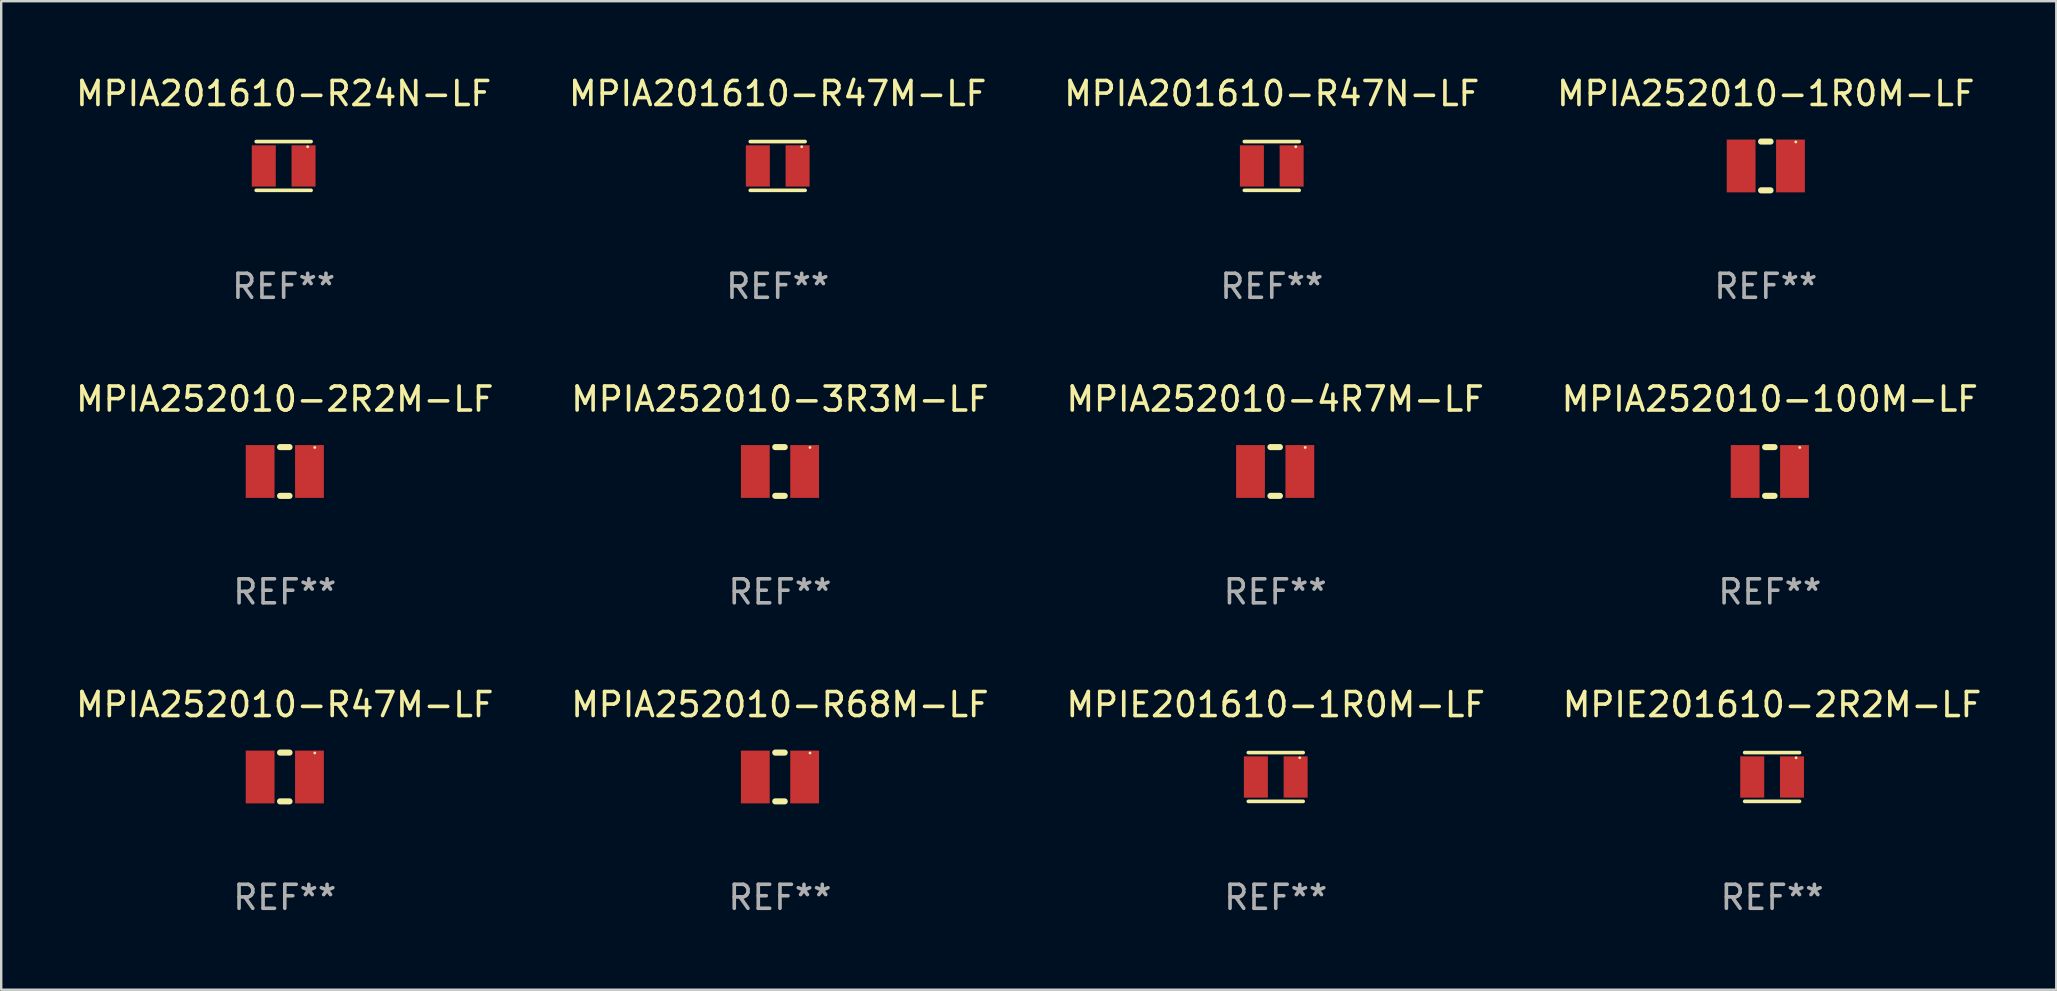
<source format=kicad_pcb>
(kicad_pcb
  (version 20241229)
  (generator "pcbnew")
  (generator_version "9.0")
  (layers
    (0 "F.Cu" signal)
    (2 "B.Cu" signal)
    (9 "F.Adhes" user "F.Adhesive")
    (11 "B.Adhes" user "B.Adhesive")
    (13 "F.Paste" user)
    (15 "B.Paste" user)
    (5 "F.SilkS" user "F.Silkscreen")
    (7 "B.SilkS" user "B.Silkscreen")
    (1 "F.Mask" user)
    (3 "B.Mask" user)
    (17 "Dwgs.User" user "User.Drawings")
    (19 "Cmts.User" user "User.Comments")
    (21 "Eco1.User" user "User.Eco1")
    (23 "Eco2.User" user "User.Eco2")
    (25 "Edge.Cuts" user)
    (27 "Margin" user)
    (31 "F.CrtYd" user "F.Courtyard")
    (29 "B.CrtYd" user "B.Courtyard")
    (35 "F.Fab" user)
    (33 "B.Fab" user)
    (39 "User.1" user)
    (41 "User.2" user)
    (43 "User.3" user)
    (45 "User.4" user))
  (footprint "MPIA252010-100M-LF"
    (layer "F.Cu")
    (at 70.685 16.593)
    (property "Reference" "MPIA252010-100M-LF" (at 0 -3.016 0) (layer "F.SilkS") (effects (font (size 1 1) (thickness 0.15))))
    (attr through_hole)
    (fp_line (start -0.197 1.016) (end 0.197 1.016) (stroke (width 0.254) (type solid)) (layer "F.SilkS"))
    (fp_line (start 0.197 -1.016) (end -0.197 -1.016) (stroke (width 0.254) (type solid)) (layer "F.SilkS"))
    (fp_circle (center 1.25 -1) (end 1.28 -1) (stroke (width 0.06) (type solid)) (fill no) (layer "F.SilkS"))
    (fp_text user "REF**" (at 0 5.016 0) (layer "F.Fab") (effects (font (size 1 1) (thickness 0.15))))
    (pad "1" smd rect (at 1.028 0) (size 1.2 2.2) (layers "F.Cu" "F.Mask" "F.Paste"))
    (pad "2" smd rect (at -1.028 0) (size 1.2 2.2) (layers "F.Cu" "F.Mask" "F.Paste")))
  (footprint "MPIA252010-4R7M-LF"
    (layer "F.Cu")
    (at 50.077 16.593)
    (property "Reference" "MPIA252010-4R7M-LF" (at 0 -3.016 0) (layer "F.SilkS") (effects (font (size 1 1) (thickness 0.15))))
    (attr through_hole)
    (fp_line (start -0.197 1.016) (end 0.197 1.016) (stroke (width 0.254) (type solid)) (layer "F.SilkS"))
    (fp_line (start 0.197 -1.016) (end -0.197 -1.016) (stroke (width 0.254) (type solid)) (layer "F.SilkS"))
    (fp_circle (center 1.25 -1) (end 1.28 -1) (stroke (width 0.06) (type solid)) (fill no) (layer "F.SilkS"))
    (fp_text user "REF**" (at 0 5.016 0) (layer "F.Fab") (effects (font (size 1 1) (thickness 0.15))))
    (pad "1" smd rect (at 1.028 0) (size 1.2 2.2) (layers "F.Cu" "F.Mask" "F.Paste"))
    (pad "2" smd rect (at -1.028 0) (size 1.2 2.2) (layers "F.Cu" "F.Mask" "F.Paste")))
  (footprint "MPIA252010-1R0M-LF"
    (layer "F.Cu")
    (at 70.518 3.864)
    (property "Reference" "MPIA252010-1R0M-LF" (at 0 -3.016 0) (layer "F.SilkS") (effects (font (size 1 1) (thickness 0.15))))
    (attr through_hole)
    (fp_line (start -0.197 1.016) (end 0.197 1.016) (stroke (width 0.254) (type solid)) (layer "F.SilkS"))
    (fp_line (start 0.197 -1.016) (end -0.197 -1.016) (stroke (width 0.254) (type solid)) (layer "F.SilkS"))
    (fp_circle (center 1.25 -1) (end 1.28 -1) (stroke (width 0.06) (type solid)) (fill no) (layer "F.SilkS"))
    (fp_text user "REF**" (at 0 5.016 0) (layer "F.Fab") (effects (font (size 1 1) (thickness 0.15))))
    (pad "1" smd rect (at 1.028 0) (size 1.2 2.2) (layers "F.Cu" "F.Mask" "F.Paste"))
    (pad "2" smd rect (at -1.028 0) (size 1.2 2.2) (layers "F.Cu" "F.Mask" "F.Paste")))
  (footprint "MPIE201610-1R0M-LF"
    (layer "F.Cu")
    (at 50.101 29.321)
    (property "Reference" "MPIE201610-1R0M-LF" (at 0 -3.016 0) (layer "F.SilkS") (effects (font (size 1 1) (thickness 0.15))))
    (attr through_hole)
    (fp_line (start -1.143 -1.016) (end 1.143 -1.016) (stroke (width 0.152) (type solid)) (layer "F.SilkS"))
    (fp_line (start 1.143 1.016) (end -1.143 1.016) (stroke (width 0.152) (type solid)) (layer "F.SilkS"))
    (fp_circle (center 1 -0.8) (end 1.03 -0.8) (stroke (width 0.06) (type solid)) (fill no) (layer "F.SilkS"))
    (fp_text user "REF**" (at 0 5.016 0) (layer "F.Fab") (effects (font (size 1 1) (thickness 0.15))))
    (pad "1" smd rect (at 0.828 0) (size 1 1.72) (layers "F.Cu" "F.Mask" "F.Paste"))
    (pad "2" smd rect (at -0.828 0) (size 1 1.72) (layers "F.Cu" "F.Mask" "F.Paste")))
  (footprint "MPIA252010-2R2M-LF"
    (layer "F.Cu")
    (at 8.815 16.593)
    (property "Reference" "MPIA252010-2R2M-LF" (at 0 -3.016 0) (layer "F.SilkS") (effects (font (size 1 1) (thickness 0.15))))
    (attr through_hole)
    (fp_line (start -0.197 1.016) (end 0.197 1.016) (stroke (width 0.254) (type solid)) (layer "F.SilkS"))
    (fp_line (start 0.197 -1.016) (end -0.197 -1.016) (stroke (width 0.254) (type solid)) (layer "F.SilkS"))
    (fp_circle (center 1.25 -1) (end 1.28 -1) (stroke (width 0.06) (type solid)) (fill no) (layer "F.SilkS"))
    (fp_text user "REF**" (at 0 5.016 0) (layer "F.Fab") (effects (font (size 1 1) (thickness 0.15))))
    (pad "1" smd rect (at 1.028 0) (size 1.2 2.2) (layers "F.Cu" "F.Mask" "F.Paste"))
    (pad "2" smd rect (at -1.028 0) (size 1.2 2.2) (layers "F.Cu" "F.Mask" "F.Paste")))
  (footprint "MPIA252010-3R3M-LF"
    (layer "F.Cu")
    (at 29.446 16.593)
    (property "Reference" "MPIA252010-3R3M-LF" (at 0 -3.016 0) (layer "F.SilkS") (effects (font (size 1 1) (thickness 0.15))))
    (attr through_hole)
    (fp_line (start -0.197 1.016) (end 0.197 1.016) (stroke (width 0.254) (type solid)) (layer "F.SilkS"))
    (fp_line (start 0.197 -1.016) (end -0.197 -1.016) (stroke (width 0.254) (type solid)) (layer "F.SilkS"))
    (fp_circle (center 1.25 -1) (end 1.28 -1) (stroke (width 0.06) (type solid)) (fill no) (layer "F.SilkS"))
    (fp_text user "REF**" (at 0 5.016 0) (layer "F.Fab") (effects (font (size 1 1) (thickness 0.15))))
    (pad "1" smd rect (at 1.028 0) (size 1.2 2.2) (layers "F.Cu" "F.Mask" "F.Paste"))
    (pad "2" smd rect (at -1.028 0) (size 1.2 2.2) (layers "F.Cu" "F.Mask" "F.Paste")))
  (footprint "MPIA201610-R47M-LF"
    (layer "F.Cu")
    (at 29.351 3.864)
    (property "Reference" "MPIA201610-R47M-LF" (at 0 -3.016 0) (layer "F.SilkS") (effects (font (size 1 1) (thickness 0.15))))
    (attr through_hole)
    (fp_line (start -1.143 -1.016) (end 1.143 -1.016) (stroke (width 0.152) (type solid)) (layer "F.SilkS"))
    (fp_line (start 1.143 1.016) (end -1.143 1.016) (stroke (width 0.152) (type solid)) (layer "F.SilkS"))
    (fp_circle (center 1 -0.8) (end 1.03 -0.8) (stroke (width 0.06) (type solid)) (fill no) (layer "F.SilkS"))
    (fp_text user "REF**" (at 0 5.016 0) (layer "F.Fab") (effects (font (size 1 1) (thickness 0.15))))
    (pad "1" smd rect (at 0.828 0) (size 1 1.72) (layers "F.Cu" "F.Mask" "F.Paste"))
    (pad "2" smd rect (at -0.828 0) (size 1 1.72) (layers "F.Cu" "F.Mask" "F.Paste")))
  (footprint "MPIA252010-R47M-LF"
    (layer "F.Cu")
    (at 8.815 29.321)
    (property "Reference" "MPIA252010-R47M-LF" (at 0 -3.016 0) (layer "F.SilkS") (effects (font (size 1 1) (thickness 0.15))))
    (attr through_hole)
    (fp_line (start -0.197 1.016) (end 0.197 1.016) (stroke (width 0.254) (type solid)) (layer "F.SilkS"))
    (fp_line (start 0.197 -1.016) (end -0.197 -1.016) (stroke (width 0.254) (type solid)) (layer "F.SilkS"))
    (fp_circle (center 1.25 -1) (end 1.28 -1) (stroke (width 0.06) (type solid)) (fill no) (layer "F.SilkS"))
    (fp_text user "REF**" (at 0 5.016 0) (layer "F.Fab") (effects (font (size 1 1) (thickness 0.15))))
    (pad "1" smd rect (at 1.028 0) (size 1.2 2.2) (layers "F.Cu" "F.Mask" "F.Paste"))
    (pad "2" smd rect (at -1.028 0) (size 1.2 2.2) (layers "F.Cu" "F.Mask" "F.Paste")))
  (footprint "MPIA252010-R68M-LF"
    (layer "F.Cu")
    (at 29.446 29.321)
    (property "Reference" "MPIA252010-R68M-LF" (at 0 -3.016 0) (layer "F.SilkS") (effects (font (size 1 1) (thickness 0.15))))
    (attr through_hole)
    (fp_line (start -0.197 1.016) (end 0.197 1.016) (stroke (width 0.254) (type solid)) (layer "F.SilkS"))
    (fp_line (start 0.197 -1.016) (end -0.197 -1.016) (stroke (width 0.254) (type solid)) (layer "F.SilkS"))
    (fp_circle (center 1.25 -1) (end 1.28 -1) (stroke (width 0.06) (type solid)) (fill no) (layer "F.SilkS"))
    (fp_text user "REF**" (at 0 5.016 0) (layer "F.Fab") (effects (font (size 1 1) (thickness 0.15))))
    (pad "1" smd rect (at 1.028 0) (size 1.2 2.2) (layers "F.Cu" "F.Mask" "F.Paste"))
    (pad "2" smd rect (at -1.028 0) (size 1.2 2.2) (layers "F.Cu" "F.Mask" "F.Paste")))
  (footprint "MPIA201610-R24N-LF"
    (layer "F.Cu")
    (at 8.768 3.864)
    (property "Reference" "MPIA201610-R24N-LF" (at 0 -3.016 0) (layer "F.SilkS") (effects (font (size 1 1) (thickness 0.15))))
    (attr through_hole)
    (fp_line (start -1.143 -1.016) (end 1.143 -1.016) (stroke (width 0.152) (type solid)) (layer "F.SilkS"))
    (fp_line (start 1.143 1.016) (end -1.143 1.016) (stroke (width 0.152) (type solid)) (layer "F.SilkS"))
    (fp_circle (center 1 -0.8) (end 1.03 -0.8) (stroke (width 0.06) (type solid)) (fill no) (layer "F.SilkS"))
    (fp_text user "REF**" (at 0 5.016 0) (layer "F.Fab") (effects (font (size 1 1) (thickness 0.15))))
    (pad "1" smd rect (at 0.828 0) (size 1 1.72) (layers "F.Cu" "F.Mask" "F.Paste"))
    (pad "2" smd rect (at -0.828 0) (size 1 1.72) (layers "F.Cu" "F.Mask" "F.Paste")))
  (footprint "MPIA201610-R47N-LF"
    (layer "F.Cu")
    (at 49.935 3.864)
    (property "Reference" "MPIA201610-R47N-LF" (at 0 -3.016 0) (layer "F.SilkS") (effects (font (size 1 1) (thickness 0.15))))
    (attr through_hole)
    (fp_line (start -1.143 -1.016) (end 1.143 -1.016) (stroke (width 0.152) (type solid)) (layer "F.SilkS"))
    (fp_line (start 1.143 1.016) (end -1.143 1.016) (stroke (width 0.152) (type solid)) (layer "F.SilkS"))
    (fp_circle (center 1 -0.8) (end 1.03 -0.8) (stroke (width 0.06) (type solid)) (fill no) (layer "F.SilkS"))
    (fp_text user "REF**" (at 0 5.016 0) (layer "F.Fab") (effects (font (size 1 1) (thickness 0.15))))
    (pad "1" smd rect (at 0.828 0) (size 1 1.72) (layers "F.Cu" "F.Mask" "F.Paste"))
    (pad "2" smd rect (at -0.828 0) (size 1 1.72) (layers "F.Cu" "F.Mask" "F.Paste")))
  (footprint "MPIE201610-2R2M-LF"
    (layer "F.Cu")
    (at 70.78 29.321)
    (property "Reference" "MPIE201610-2R2M-LF" (at 0 -3.016 0) (layer "F.SilkS") (effects (font (size 1 1) (thickness 0.15))))
    (attr through_hole)
    (fp_line (start -1.143 -1.016) (end 1.143 -1.016) (stroke (width 0.152) (type solid)) (layer "F.SilkS"))
    (fp_line (start 1.143 1.016) (end -1.143 1.016) (stroke (width 0.152) (type solid)) (layer "F.SilkS"))
    (fp_circle (center 1 -0.8) (end 1.03 -0.8) (stroke (width 0.06) (type solid)) (fill no) (layer "F.SilkS"))
    (fp_text user "REF**" (at 0 5.016 0) (layer "F.Fab") (effects (font (size 1 1) (thickness 0.15))))
    (pad "1" smd rect (at 0.828 0) (size 1 1.72) (layers "F.Cu" "F.Mask" "F.Paste"))
    (pad "2" smd rect (at -0.828 0) (size 1 1.72) (layers "F.Cu" "F.Mask" "F.Paste")))
  (gr_rect
    (start -3 -3)
    (end 82.619 38.186)
    (stroke (width 0.1) (type default))
    (fill no)
    (layer "Edge.Cuts")))
</source>
